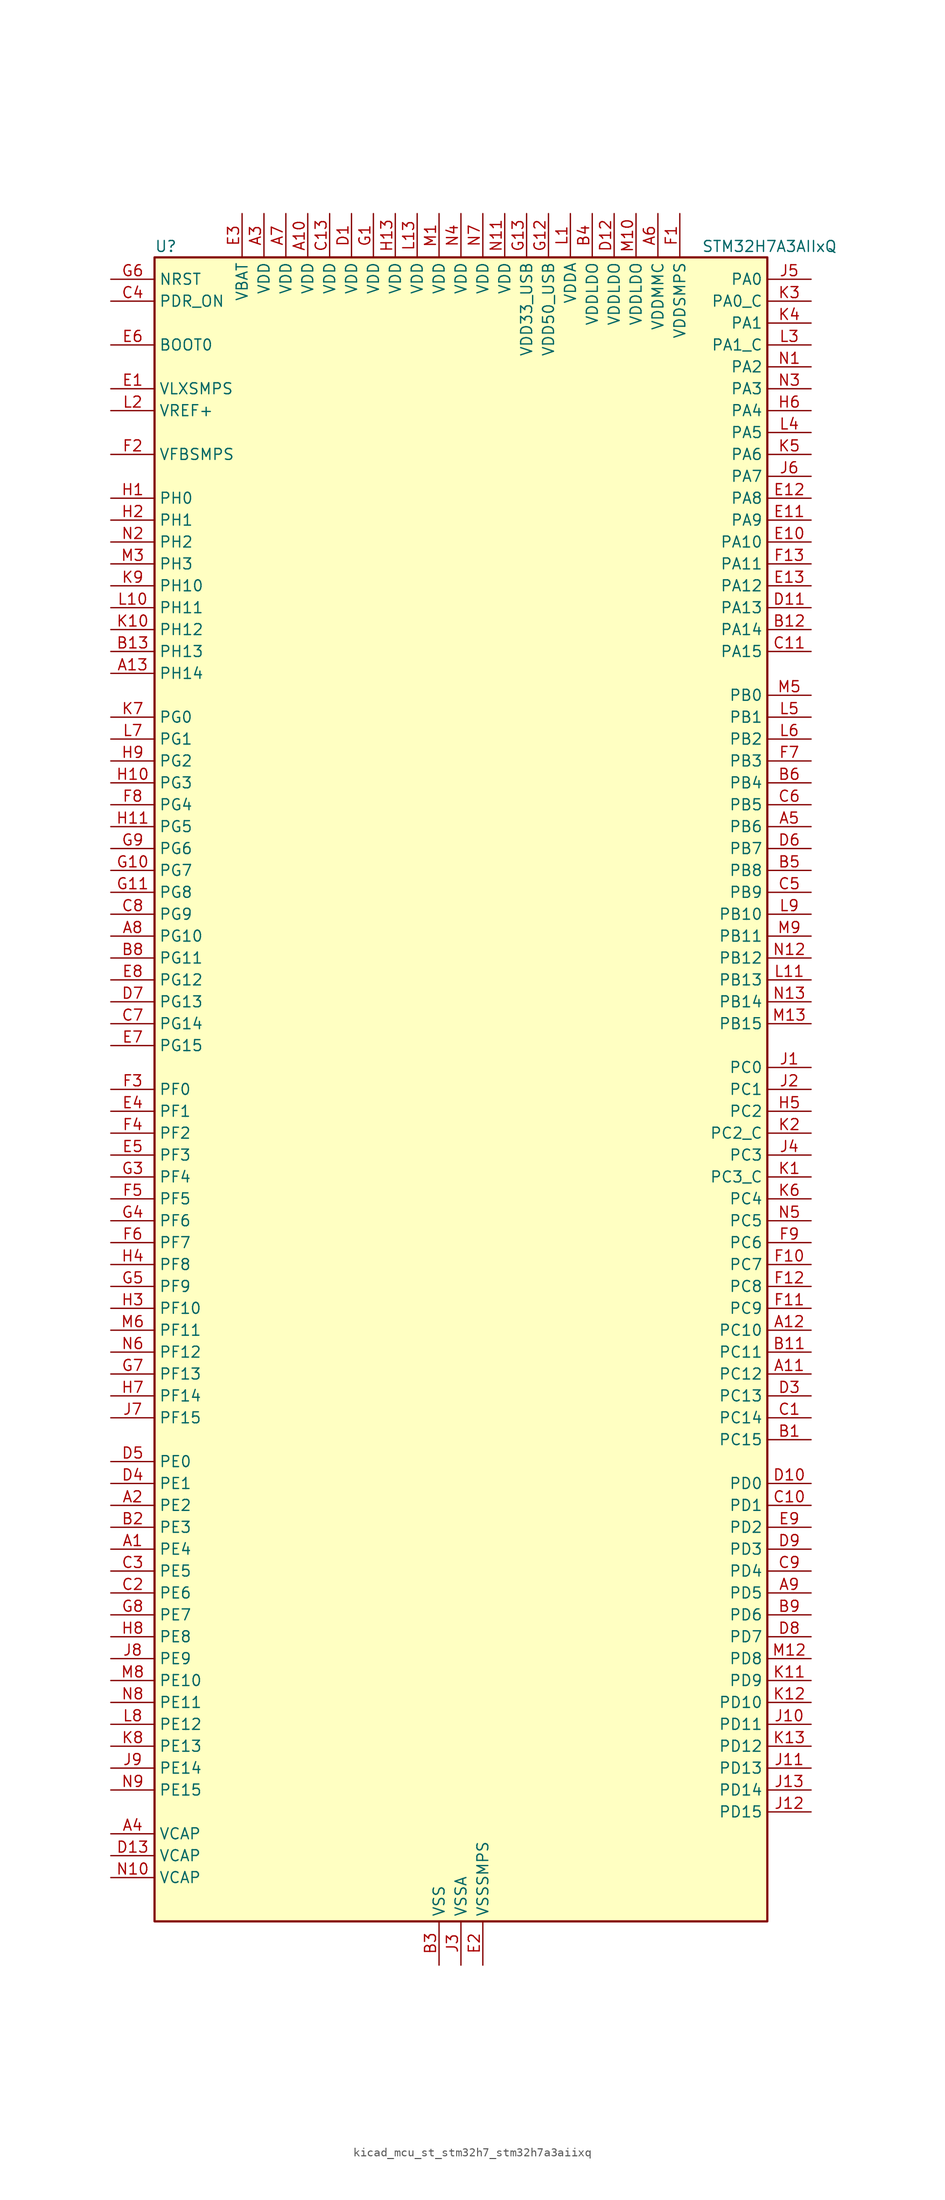
<source format=kicad_sym>
(kicad_symbol_lib
  (version 20220914)
  (generator kicad_symbol_editor)
  (symbol "kicad_mcu_st_stm32h7_stm32h7a3aiixq"
    (property "Reference" "U"
      (at -35.56 97.79 0)
      (effects (font (size 1.27 1.27)) (justify left)))
    (property "Value" "STM32H7A3AIIxQ"
      (at 27.94 97.79 0)
      (effects (font (size 1.27 1.27)) (justify left)))
    (property "ki_locked" ""
      (at 0 0 0)
      (effects (font (size 1.27 1.27))))
    (symbol "kicad_mcu_st_stm32h7_stm32h7a3aiixq_0_1"
      (rectangle (start -35.56 -96.52) (end 35.56 96.52) (stroke (width 0.254) (type default)) (fill (type background))))
    (symbol "kicad_mcu_st_stm32h7_stm32h7a3aiixq_1_1"
      (pin bidirectional line (at -40.64 -53.34 0) (length 5.08) (name "PE4" (effects (font (size 1.27 1.27)))) (number "A1" (effects (font (size 1.27 1.27)))) (alternate "DCMI_D4" bidirectional line) (alternate "DEBUG_TRACED1" bidirectional line) (alternate "DFSDM1_DATIN3" bidirectional line) (alternate "FMC_A20" bidirectional line) (alternate "LTDC_B0" bidirectional line) (alternate "PSSI_D4" bidirectional line) (alternate "SAI1_D2" bidirectional line) (alternate "SAI1_FS_A" bidirectional line) (alternate "SPI4_NSS" bidirectional line) (alternate "TIM15_CH1N" bidirectional line))
      (pin power_in line (at -17.78 101.6 270) (length 5.08) (name "VDD" (effects (font (size 1.27 1.27)))) (number "A10" (effects (font (size 1.27 1.27)))))
      (pin bidirectional line (at 40.64 -33.02 180) (length 5.08) (name "PC12" (effects (font (size 1.27 1.27)))) (number "A11" (effects (font (size 1.27 1.27)))) (alternate "DCMI_D9" bidirectional line) (alternate "DEBUG_TRACED3" bidirectional line) (alternate "DFSDM2_CKOUT" bidirectional line) (alternate "I2S3_SDO" bidirectional line) (alternate "I2S6_CK" bidirectional line) (alternate "LTDC_R6" bidirectional line) (alternate "PSSI_D9" bidirectional line) (alternate "SDMMC1_CK" bidirectional line) (alternate "SPI3_MOSI" bidirectional line) (alternate "SPI6_SCK" bidirectional line) (alternate "TIM15_CH1" bidirectional line) (alternate "UART5_TX" bidirectional line) (alternate "USART3_CK" bidirectional line))
      (pin bidirectional line (at 40.64 -27.94 180) (length 5.08) (name "PC10" (effects (font (size 1.27 1.27)))) (number "A12" (effects (font (size 1.27 1.27)))) (alternate "DCMI_D8" bidirectional line) (alternate "DFSDM1_CKIN5" bidirectional line) (alternate "DFSDM2_CKIN0" bidirectional line) (alternate "I2S3_CK" bidirectional line) (alternate "LTDC_B1" bidirectional line) (alternate "LTDC_R2" bidirectional line) (alternate "OCTOSPIM_P1_IO1" bidirectional line) (alternate "PSSI_D8" bidirectional line) (alternate "SDMMC1_D2" bidirectional line) (alternate "SPI3_SCK" bidirectional line) (alternate "SWPMI1_RX" bidirectional line) (alternate "UART4_TX" bidirectional line) (alternate "USART3_TX" bidirectional line))
      (pin bidirectional line (at -40.64 48.26 0) (length 5.08) (name "PH14" (effects (font (size 1.27 1.27)))) (number "A13" (effects (font (size 1.27 1.27)))) (alternate "DCMI_D4" bidirectional line) (alternate "FDCAN1_RX" bidirectional line) (alternate "FMC_D22" bidirectional line) (alternate "LTDC_G3" bidirectional line) (alternate "PSSI_D4" bidirectional line) (alternate "TIM8_CH2N" bidirectional line) (alternate "UART4_RX" bidirectional line))
      (pin bidirectional line (at -40.64 -48.26 0) (length 5.08) (name "PE2" (effects (font (size 1.27 1.27)))) (number "A2" (effects (font (size 1.27 1.27)))) (alternate "DEBUG_TRACECLK" bidirectional line) (alternate "FMC_A23" bidirectional line) (alternate "OCTOSPIM_P1_IO2" bidirectional line) (alternate "SAI1_CK1" bidirectional line) (alternate "SAI1_MCLK_A" bidirectional line) (alternate "SPI4_SCK" bidirectional line) (alternate "USART10_RX" bidirectional line))
      (pin power_in line (at -22.86 101.6 270) (length 5.08) (name "VDD" (effects (font (size 1.27 1.27)))) (number "A3" (effects (font (size 1.27 1.27)))))
      (pin power_out line (at -40.64 -86.36 0) (length 5.08) (name "VCAP" (effects (font (size 1.27 1.27)))) (number "A4" (effects (font (size 1.27 1.27)))))
      (pin bidirectional line (at 40.64 30.48 180) (length 5.08) (name "PB6" (effects (font (size 1.27 1.27)))) (number "A5" (effects (font (size 1.27 1.27)))) (alternate "CEC" bidirectional line) (alternate "DCMI_D5" bidirectional line) (alternate "DFSDM1_DATIN5" bidirectional line) (alternate "FDCAN2_TX" bidirectional line) (alternate "FMC_SDNE1" bidirectional line) (alternate "I2C1_SCL" bidirectional line) (alternate "I2C4_SCL" bidirectional line) (alternate "LPUART1_TX" bidirectional line) (alternate "OCTOSPIM_P1_NCS" bidirectional line) (alternate "PSSI_D5" bidirectional line) (alternate "TIM16_CH1N" bidirectional line) (alternate "TIM4_CH1" bidirectional line) (alternate "UART5_TX" bidirectional line) (alternate "USART1_TX" bidirectional line))
      (pin power_in line (at 22.86 101.6 270) (length 5.08) (name "VDDMMC" (effects (font (size 1.27 1.27)))) (number "A6" (effects (font (size 1.27 1.27)))))
      (pin power_in line (at -20.32 101.6 270) (length 5.08) (name "VDD" (effects (font (size 1.27 1.27)))) (number "A7" (effects (font (size 1.27 1.27)))))
      (pin bidirectional line (at -40.64 17.78 0) (length 5.08) (name "PG10" (effects (font (size 1.27 1.27)))) (number "A8" (effects (font (size 1.27 1.27)))) (alternate "DCMI_D2" bidirectional line) (alternate "FMC_NE3" bidirectional line) (alternate "I2S1_WS" bidirectional line) (alternate "LTDC_B2" bidirectional line) (alternate "LTDC_G3" bidirectional line) (alternate "OCTOSPIM_P2_IO6" bidirectional line) (alternate "PSSI_D2" bidirectional line) (alternate "SAI2_SD_B" bidirectional line) (alternate "SDMMC2_D1" bidirectional line) (alternate "SPI1_NSS" bidirectional line))
      (pin bidirectional line (at 40.64 -58.42 180) (length 5.08) (name "PD5" (effects (font (size 1.27 1.27)))) (number "A9" (effects (font (size 1.27 1.27)))) (alternate "FMC_NWE" bidirectional line) (alternate "OCTOSPIM_P1_IO5" bidirectional line) (alternate "USART2_TX" bidirectional line))
      (pin bidirectional line (at 40.64 -40.64 180) (length 5.08) (name "PC15" (effects (font (size 1.27 1.27)))) (number "B1" (effects (font (size 1.27 1.27)))) (alternate "ADC1_EXTI15" bidirectional line) (alternate "ADC2_EXTI15" bidirectional line) (alternate "RCC_OSC32_OUT" bidirectional line))
      (pin passive line (at -2.54 -101.6 90) (length 5.08) hide (name "VSS" (effects (font (size 1.27 1.27)))) (number "B10" (effects (font (size 1.27 1.27)))))
      (pin bidirectional line (at 40.64 -30.48 180) (length 5.08) (name "PC11" (effects (font (size 1.27 1.27)))) (number "B11" (effects (font (size 1.27 1.27)))) (alternate "ADC1_EXTI11" bidirectional line) (alternate "ADC2_EXTI11" bidirectional line) (alternate "DCMI_D4" bidirectional line) (alternate "DFSDM1_DATIN5" bidirectional line) (alternate "DFSDM2_DATIN0" bidirectional line) (alternate "I2S3_SDI" bidirectional line) (alternate "LTDC_B4" bidirectional line) (alternate "OCTOSPIM_P1_NCS" bidirectional line) (alternate "PSSI_D4" bidirectional line) (alternate "SDMMC1_D3" bidirectional line) (alternate "SPI3_MISO" bidirectional line) (alternate "UART4_RX" bidirectional line) (alternate "USART3_RX" bidirectional line))
      (pin bidirectional line (at 40.64 53.34 180) (length 5.08) (name "PA14" (effects (font (size 1.27 1.27)))) (number "B12" (effects (font (size 1.27 1.27)))) (alternate "DEBUG_JTCK-SWCLK" bidirectional line))
      (pin bidirectional line (at -40.64 50.8 0) (length 5.08) (name "PH13" (effects (font (size 1.27 1.27)))) (number "B13" (effects (font (size 1.27 1.27)))) (alternate "FDCAN1_TX" bidirectional line) (alternate "FMC_D21" bidirectional line) (alternate "LTDC_G2" bidirectional line) (alternate "TIM8_CH1N" bidirectional line) (alternate "UART4_TX" bidirectional line))
      (pin bidirectional line (at -40.64 -50.8 0) (length 5.08) (name "PE3" (effects (font (size 1.27 1.27)))) (number "B2" (effects (font (size 1.27 1.27)))) (alternate "DEBUG_TRACED0" bidirectional line) (alternate "FMC_A19" bidirectional line) (alternate "SAI1_SD_B" bidirectional line) (alternate "TIM15_BKIN" bidirectional line) (alternate "USART10_TX" bidirectional line))
      (pin power_in line (at -2.54 -101.6 90) (length 5.08) (name "VSS" (effects (font (size 1.27 1.27)))) (number "B3" (effects (font (size 1.27 1.27)))))
      (pin power_in line (at 15.24 101.6 270) (length 5.08) (name "VDDLDO" (effects (font (size 1.27 1.27)))) (number "B4" (effects (font (size 1.27 1.27)))))
      (pin bidirectional line (at 40.64 25.4 180) (length 5.08) (name "PB8" (effects (font (size 1.27 1.27)))) (number "B5" (effects (font (size 1.27 1.27)))) (alternate "DCMI_D6" bidirectional line) (alternate "DFSDM1_CKIN7" bidirectional line) (alternate "FDCAN1_RX" bidirectional line) (alternate "I2C1_SCL" bidirectional line) (alternate "I2C4_SCL" bidirectional line) (alternate "LTDC_B6" bidirectional line) (alternate "PSSI_D6" bidirectional line) (alternate "SDMMC1_CKIN" bidirectional line) (alternate "SDMMC1_D4" bidirectional line) (alternate "SDMMC2_D4" bidirectional line) (alternate "TIM16_CH1" bidirectional line) (alternate "TIM4_CH3" bidirectional line) (alternate "UART4_RX" bidirectional line))
      (pin bidirectional line (at 40.64 35.56 180) (length 5.08) (name "PB4" (effects (font (size 1.27 1.27)))) (number "B6" (effects (font (size 1.27 1.27)))) (alternate "DEBUG_JTRST" bidirectional line) (alternate "I2S1_SDI" bidirectional line) (alternate "I2S2_WS" bidirectional line) (alternate "I2S3_SDI" bidirectional line) (alternate "I2S6_SDI" bidirectional line) (alternate "SDMMC2_D3" bidirectional line) (alternate "SPI1_MISO" bidirectional line) (alternate "SPI2_NSS" bidirectional line) (alternate "SPI3_MISO" bidirectional line) (alternate "SPI6_MISO" bidirectional line) (alternate "TIM16_BKIN" bidirectional line) (alternate "TIM3_CH1" bidirectional line) (alternate "UART7_TX" bidirectional line))
      (pin passive line (at -2.54 -101.6 90) (length 5.08) hide (name "VSS" (effects (font (size 1.27 1.27)))) (number "B7" (effects (font (size 1.27 1.27)))))
      (pin bidirectional line (at -40.64 15.24 0) (length 5.08) (name "PG11" (effects (font (size 1.27 1.27)))) (number "B8" (effects (font (size 1.27 1.27)))) (alternate "ADC1_EXTI11" bidirectional line) (alternate "ADC2_EXTI11" bidirectional line) (alternate "DCMI_D3" bidirectional line) (alternate "I2S1_CK" bidirectional line) (alternate "LPTIM1_IN2" bidirectional line) (alternate "LTDC_B3" bidirectional line) (alternate "OCTOSPIM_P2_IO7" bidirectional line) (alternate "PSSI_D3" bidirectional line) (alternate "SDMMC2_D2" bidirectional line) (alternate "SPDIFRX_IN0" bidirectional line) (alternate "SPI1_SCK" bidirectional line) (alternate "USART10_RX" bidirectional line))
      (pin bidirectional line (at 40.64 -60.96 180) (length 5.08) (name "PD6" (effects (font (size 1.27 1.27)))) (number "B9" (effects (font (size 1.27 1.27)))) (alternate "DCMI_D10" bidirectional line) (alternate "DFSDM1_CKIN4" bidirectional line) (alternate "DFSDM1_DATIN1" bidirectional line) (alternate "FMC_NWAIT" bidirectional line) (alternate "I2S3_SDO" bidirectional line) (alternate "LTDC_B2" bidirectional line) (alternate "OCTOSPIM_P1_IO6" bidirectional line) (alternate "PSSI_D10" bidirectional line) (alternate "SAI1_D1" bidirectional line) (alternate "SAI1_SD_A" bidirectional line) (alternate "SDMMC2_CK" bidirectional line) (alternate "SPI3_MOSI" bidirectional line) (alternate "USART2_RX" bidirectional line))
      (pin bidirectional line (at 40.64 -38.1 180) (length 5.08) (name "PC14" (effects (font (size 1.27 1.27)))) (number "C1" (effects (font (size 1.27 1.27)))) (alternate "RCC_OSC32_IN" bidirectional line))
      (pin bidirectional line (at 40.64 -48.26 180) (length 5.08) (name "PD1" (effects (font (size 1.27 1.27)))) (number "C10" (effects (font (size 1.27 1.27)))) (alternate "DFSDM1_DATIN6" bidirectional line) (alternate "FDCAN1_TX" bidirectional line) (alternate "FMC_D3" bidirectional line) (alternate "FMC_DA3" bidirectional line) (alternate "UART4_TX" bidirectional line))
      (pin bidirectional line (at 40.64 50.8 180) (length 5.08) (name "PA15" (effects (font (size 1.27 1.27)))) (number "C11" (effects (font (size 1.27 1.27)))) (alternate "ADC1_EXTI15" bidirectional line) (alternate "ADC2_EXTI15" bidirectional line) (alternate "CEC" bidirectional line) (alternate "DEBUG_JTDI" bidirectional line) (alternate "I2S1_WS" bidirectional line) (alternate "I2S3_WS" bidirectional line) (alternate "I2S6_WS" bidirectional line) (alternate "LTDC_B6" bidirectional line) (alternate "LTDC_R3" bidirectional line) (alternate "SPI1_NSS" bidirectional line) (alternate "SPI3_NSS" bidirectional line) (alternate "SPI6_NSS" bidirectional line) (alternate "TIM2_CH1" bidirectional line) (alternate "TIM2_ETR" bidirectional line) (alternate "UART4_DE" bidirectional line) (alternate "UART4_RTS" bidirectional line) (alternate "UART7_TX" bidirectional line))
      (pin passive line (at -2.54 -101.6 90) (length 5.08) hide (name "VSS" (effects (font (size 1.27 1.27)))) (number "C12" (effects (font (size 1.27 1.27)))))
      (pin power_in line (at -15.24 101.6 270) (length 5.08) (name "VDD" (effects (font (size 1.27 1.27)))) (number "C13" (effects (font (size 1.27 1.27)))))
      (pin bidirectional line (at -40.64 -58.42 0) (length 5.08) (name "PE6" (effects (font (size 1.27 1.27)))) (number "C2" (effects (font (size 1.27 1.27)))) (alternate "DCMI_D7" bidirectional line) (alternate "DEBUG_TRACED3" bidirectional line) (alternate "FMC_A22" bidirectional line) (alternate "LTDC_G1" bidirectional line) (alternate "PSSI_D7" bidirectional line) (alternate "SAI1_D1" bidirectional line) (alternate "SAI1_SD_A" bidirectional line) (alternate "SAI2_MCLK_B" bidirectional line) (alternate "SPI4_MOSI" bidirectional line) (alternate "TIM15_CH2" bidirectional line) (alternate "TIM1_BKIN2" bidirectional line) (alternate "TIM1_BKIN2_COMP1" bidirectional line) (alternate "TIM1_BKIN2_COMP2" bidirectional line))
      (pin bidirectional line (at -40.64 -55.88 0) (length 5.08) (name "PE5" (effects (font (size 1.27 1.27)))) (number "C3" (effects (font (size 1.27 1.27)))) (alternate "DCMI_D6" bidirectional line) (alternate "DEBUG_TRACED2" bidirectional line) (alternate "DFSDM1_CKIN3" bidirectional line) (alternate "FMC_A21" bidirectional line) (alternate "LTDC_G0" bidirectional line) (alternate "PSSI_D6" bidirectional line) (alternate "SAI1_CK2" bidirectional line) (alternate "SAI1_SCK_A" bidirectional line) (alternate "SPI4_MISO" bidirectional line) (alternate "TIM15_CH1" bidirectional line))
      (pin input line (at -40.64 91.44 0) (length 5.08) (name "PDR_ON" (effects (font (size 1.27 1.27)))) (number "C4" (effects (font (size 1.27 1.27)))))
      (pin bidirectional line (at 40.64 22.86 180) (length 5.08) (name "PB9" (effects (font (size 1.27 1.27)))) (number "C5" (effects (font (size 1.27 1.27)))) (alternate "DAC1_EXTI9" bidirectional line) (alternate "DCMI_D7" bidirectional line) (alternate "DFSDM1_DATIN7" bidirectional line) (alternate "FDCAN1_TX" bidirectional line) (alternate "I2C1_SDA" bidirectional line) (alternate "I2C4_SDA" bidirectional line) (alternate "I2C4_SMBA" bidirectional line) (alternate "I2S2_WS" bidirectional line) (alternate "LTDC_B7" bidirectional line) (alternate "PSSI_D7" bidirectional line) (alternate "SDMMC1_CDIR" bidirectional line) (alternate "SDMMC1_D5" bidirectional line) (alternate "SDMMC2_D5" bidirectional line) (alternate "SPI2_NSS" bidirectional line) (alternate "TIM17_CH1" bidirectional line) (alternate "TIM4_CH4" bidirectional line) (alternate "UART4_TX" bidirectional line))
      (pin bidirectional line (at 40.64 33.02 180) (length 5.08) (name "PB5" (effects (font (size 1.27 1.27)))) (number "C6" (effects (font (size 1.27 1.27)))) (alternate "DCMI_D10" bidirectional line) (alternate "FDCAN2_RX" bidirectional line) (alternate "FMC_SDCKE1" bidirectional line) (alternate "I2C1_SMBA" bidirectional line) (alternate "I2C4_SMBA" bidirectional line) (alternate "I2S1_SDO" bidirectional line) (alternate "I2S3_SDO" bidirectional line) (alternate "I2S6_SDO" bidirectional line) (alternate "LTDC_B5" bidirectional line) (alternate "PSSI_D10" bidirectional line) (alternate "SPI1_MOSI" bidirectional line) (alternate "SPI3_MOSI" bidirectional line) (alternate "SPI6_MOSI" bidirectional line) (alternate "TIM17_BKIN" bidirectional line) (alternate "TIM3_CH2" bidirectional line) (alternate "UART5_RX" bidirectional line) (alternate "USB_OTG_HS_ULPI_D7" bidirectional line))
      (pin bidirectional line (at -40.64 7.62 0) (length 5.08) (name "PG14" (effects (font (size 1.27 1.27)))) (number "C7" (effects (font (size 1.27 1.27)))) (alternate "DEBUG_TRACED1" bidirectional line) (alternate "FMC_A25" bidirectional line) (alternate "I2S6_SDO" bidirectional line) (alternate "LPTIM1_ETR" bidirectional line) (alternate "LTDC_B0" bidirectional line) (alternate "OCTOSPIM_P1_IO7" bidirectional line) (alternate "SDMMC2_D7" bidirectional line) (alternate "SPI6_MOSI" bidirectional line) (alternate "USART10_DE" bidirectional line) (alternate "USART10_RTS" bidirectional line) (alternate "USART6_TX" bidirectional line))
      (pin bidirectional line (at -40.64 20.32 0) (length 5.08) (name "PG9" (effects (font (size 1.27 1.27)))) (number "C8" (effects (font (size 1.27 1.27)))) (alternate "DAC1_EXTI9" bidirectional line) (alternate "DCMI_VSYNC" bidirectional line) (alternate "FMC_NCE" bidirectional line) (alternate "FMC_NE2" bidirectional line) (alternate "I2S1_SDI" bidirectional line) (alternate "OCTOSPIM_P1_IO6" bidirectional line) (alternate "PSSI_RDY" bidirectional line) (alternate "SAI2_FS_B" bidirectional line) (alternate "SDMMC2_D0" bidirectional line) (alternate "SPDIFRX_IN3" bidirectional line) (alternate "SPI1_MISO" bidirectional line) (alternate "USART6_RX" bidirectional line))
      (pin bidirectional line (at 40.64 -55.88 180) (length 5.08) (name "PD4" (effects (font (size 1.27 1.27)))) (number "C9" (effects (font (size 1.27 1.27)))) (alternate "FMC_NOE" bidirectional line) (alternate "OCTOSPIM_P1_IO4" bidirectional line) (alternate "USART2_DE" bidirectional line) (alternate "USART2_RTS" bidirectional line))
      (pin power_in line (at -12.7 101.6 270) (length 5.08) (name "VDD" (effects (font (size 1.27 1.27)))) (number "D1" (effects (font (size 1.27 1.27)))))
      (pin bidirectional line (at 40.64 -45.72 180) (length 5.08) (name "PD0" (effects (font (size 1.27 1.27)))) (number "D10" (effects (font (size 1.27 1.27)))) (alternate "DFSDM1_CKIN6" bidirectional line) (alternate "FDCAN1_RX" bidirectional line) (alternate "FMC_D2" bidirectional line) (alternate "FMC_DA2" bidirectional line) (alternate "LTDC_B1" bidirectional line) (alternate "UART4_RX" bidirectional line) (alternate "UART9_CTS" bidirectional line))
      (pin bidirectional line (at 40.64 55.88 180) (length 5.08) (name "PA13" (effects (font (size 1.27 1.27)))) (number "D11" (effects (font (size 1.27 1.27)))) (alternate "DEBUG_JTMS-SWDIO" bidirectional line))
      (pin power_in line (at 17.78 101.6 270) (length 5.08) (name "VDDLDO" (effects (font (size 1.27 1.27)))) (number "D12" (effects (font (size 1.27 1.27)))))
      (pin power_out line (at -40.64 -88.9 0) (length 5.08) (name "VCAP" (effects (font (size 1.27 1.27)))) (number "D13" (effects (font (size 1.27 1.27)))))
      (pin passive line (at -2.54 -101.6 90) (length 5.08) hide (name "VSS" (effects (font (size 1.27 1.27)))) (number "D2" (effects (font (size 1.27 1.27)))))
      (pin bidirectional line (at 40.64 -35.56 180) (length 5.08) (name "PC13" (effects (font (size 1.27 1.27)))) (number "D3" (effects (font (size 1.27 1.27)))) (alternate "PWR_WKUP4" bidirectional line) (alternate "RTC_OUT_ALARM" bidirectional line) (alternate "RTC_OUT_CALIB" bidirectional line) (alternate "RTC_TAMP1" bidirectional line) (alternate "RTC_TS" bidirectional line))
      (pin bidirectional line (at -40.64 -45.72 0) (length 5.08) (name "PE1" (effects (font (size 1.27 1.27)))) (number "D4" (effects (font (size 1.27 1.27)))) (alternate "DCMI_D3" bidirectional line) (alternate "FMC_NBL1" bidirectional line) (alternate "LPTIM1_IN2" bidirectional line) (alternate "LTDC_R6" bidirectional line) (alternate "PSSI_D3" bidirectional line) (alternate "UART8_TX" bidirectional line))
      (pin bidirectional line (at -40.64 -43.18 0) (length 5.08) (name "PE0" (effects (font (size 1.27 1.27)))) (number "D5" (effects (font (size 1.27 1.27)))) (alternate "DCMI_D2" bidirectional line) (alternate "FMC_NBL0" bidirectional line) (alternate "LPTIM1_ETR" bidirectional line) (alternate "LPTIM2_ETR" bidirectional line) (alternate "LTDC_R0" bidirectional line) (alternate "PSSI_D2" bidirectional line) (alternate "SAI2_MCLK_A" bidirectional line) (alternate "TIM4_ETR" bidirectional line) (alternate "UART8_RX" bidirectional line))
      (pin bidirectional line (at 40.64 27.94 180) (length 5.08) (name "PB7" (effects (font (size 1.27 1.27)))) (number "D6" (effects (font (size 1.27 1.27)))) (alternate "DCMI_VSYNC" bidirectional line) (alternate "DFSDM1_CKIN5" bidirectional line) (alternate "FMC_NL" bidirectional line) (alternate "I2C1_SDA" bidirectional line) (alternate "I2C4_SDA" bidirectional line) (alternate "LPUART1_RX" bidirectional line) (alternate "PSSI_RDY" bidirectional line) (alternate "PWR_PVD_IN" bidirectional line) (alternate "TIM17_CH1N" bidirectional line) (alternate "TIM4_CH2" bidirectional line) (alternate "USART1_RX" bidirectional line))
      (pin bidirectional line (at -40.64 10.16 0) (length 5.08) (name "PG13" (effects (font (size 1.27 1.27)))) (number "D7" (effects (font (size 1.27 1.27)))) (alternate "DEBUG_TRACED0" bidirectional line) (alternate "FMC_A24" bidirectional line) (alternate "I2S6_CK" bidirectional line) (alternate "LPTIM1_OUT" bidirectional line) (alternate "LTDC_R0" bidirectional line) (alternate "SDMMC2_D6" bidirectional line) (alternate "SPI6_SCK" bidirectional line) (alternate "USART10_CTS" bidirectional line) (alternate "USART10_NSS" bidirectional line) (alternate "USART6_CTS" bidirectional line) (alternate "USART6_NSS" bidirectional line))
      (pin bidirectional line (at 40.64 -63.5 180) (length 5.08) (name "PD7" (effects (font (size 1.27 1.27)))) (number "D8" (effects (font (size 1.27 1.27)))) (alternate "DFSDM1_CKIN1" bidirectional line) (alternate "DFSDM1_DATIN4" bidirectional line) (alternate "FMC_NE1" bidirectional line) (alternate "I2S1_SDO" bidirectional line) (alternate "OCTOSPIM_P1_IO7" bidirectional line) (alternate "SDMMC2_CMD" bidirectional line) (alternate "SPDIFRX_IN0" bidirectional line) (alternate "SPI1_MOSI" bidirectional line) (alternate "USART2_CK" bidirectional line))
      (pin bidirectional line (at 40.64 -53.34 180) (length 5.08) (name "PD3" (effects (font (size 1.27 1.27)))) (number "D9" (effects (font (size 1.27 1.27)))) (alternate "DCMI_D5" bidirectional line) (alternate "DFSDM1_CKOUT" bidirectional line) (alternate "FMC_CLK" bidirectional line) (alternate "I2S2_CK" bidirectional line) (alternate "LTDC_G7" bidirectional line) (alternate "PSSI_D5" bidirectional line) (alternate "SPI2_SCK" bidirectional line) (alternate "USART2_CTS" bidirectional line) (alternate "USART2_NSS" bidirectional line))
      (pin power_in line (at -40.64 81.28 0) (length 5.08) (name "VLXSMPS" (effects (font (size 1.27 1.27)))) (number "E1" (effects (font (size 1.27 1.27)))))
      (pin bidirectional line (at 40.64 63.5 180) (length 5.08) (name "PA10" (effects (font (size 1.27 1.27)))) (number "E10" (effects (font (size 1.27 1.27)))) (alternate "DCMI_D1" bidirectional line) (alternate "LPUART1_RX" bidirectional line) (alternate "LTDC_B1" bidirectional line) (alternate "LTDC_B4" bidirectional line) (alternate "MDIOS_MDIO" bidirectional line) (alternate "PSSI_D1" bidirectional line) (alternate "TIM1_CH3" bidirectional line) (alternate "USART1_RX" bidirectional line) (alternate "USB_OTG_HS_ID" bidirectional line))
      (pin bidirectional line (at 40.64 66.04 180) (length 5.08) (name "PA9" (effects (font (size 1.27 1.27)))) (number "E11" (effects (font (size 1.27 1.27)))) (alternate "DAC1_EXTI9" bidirectional line) (alternate "DCMI_D0" bidirectional line) (alternate "I2C3_SMBA" bidirectional line) (alternate "I2S2_CK" bidirectional line) (alternate "LPUART1_TX" bidirectional line) (alternate "LTDC_R5" bidirectional line) (alternate "PSSI_D0" bidirectional line) (alternate "SPI2_SCK" bidirectional line) (alternate "TIM1_CH2" bidirectional line) (alternate "USART1_TX" bidirectional line) (alternate "USB_OTG_HS_VBUS" bidirectional line))
      (pin bidirectional line (at 40.64 68.58 180) (length 5.08) (name "PA8" (effects (font (size 1.27 1.27)))) (number "E12" (effects (font (size 1.27 1.27)))) (alternate "I2C3_SCL" bidirectional line) (alternate "LTDC_B3" bidirectional line) (alternate "LTDC_R6" bidirectional line) (alternate "RCC_MCO_1" bidirectional line) (alternate "TIM1_CH1" bidirectional line) (alternate "TIM8_BKIN2" bidirectional line) (alternate "TIM8_BKIN2_COMP1" bidirectional line) (alternate "TIM8_BKIN2_COMP2" bidirectional line) (alternate "UART7_RX" bidirectional line) (alternate "USART1_CK" bidirectional line) (alternate "USB_OTG_HS_SOF" bidirectional line))
      (pin bidirectional line (at 40.64 58.42 180) (length 5.08) (name "PA12" (effects (font (size 1.27 1.27)))) (number "E13" (effects (font (size 1.27 1.27)))) (alternate "FDCAN1_TX" bidirectional line) (alternate "I2S2_CK" bidirectional line) (alternate "LPUART1_DE" bidirectional line) (alternate "LPUART1_RTS" bidirectional line) (alternate "LTDC_R5" bidirectional line) (alternate "SAI2_FS_B" bidirectional line) (alternate "SPI2_SCK" bidirectional line) (alternate "TIM1_ETR" bidirectional line) (alternate "UART4_TX" bidirectional line) (alternate "USART1_DE" bidirectional line) (alternate "USART1_RTS" bidirectional line) (alternate "USB_OTG_HS_DP" bidirectional line))
      (pin power_in line (at 2.54 -101.6 90) (length 5.08) (name "VSSSMPS" (effects (font (size 1.27 1.27)))) (number "E2" (effects (font (size 1.27 1.27)))))
      (pin power_in line (at -25.4 101.6 270) (length 5.08) (name "VBAT" (effects (font (size 1.27 1.27)))) (number "E3" (effects (font (size 1.27 1.27)))))
      (pin bidirectional line (at -40.64 -2.54 0) (length 5.08) (name "PF1" (effects (font (size 1.27 1.27)))) (number "E4" (effects (font (size 1.27 1.27)))) (alternate "FMC_A1" bidirectional line) (alternate "I2C2_SCL" bidirectional line) (alternate "OCTOSPIM_P2_IO1" bidirectional line))
      (pin bidirectional line (at -40.64 -7.62 0) (length 5.08) (name "PF3" (effects (font (size 1.27 1.27)))) (number "E5" (effects (font (size 1.27 1.27)))) (alternate "FMC_A3" bidirectional line) (alternate "OCTOSPIM_P2_IO3" bidirectional line))
      (pin input line (at -40.64 86.36 0) (length 5.08) (name "BOOT0" (effects (font (size 1.27 1.27)))) (number "E6" (effects (font (size 1.27 1.27)))))
      (pin bidirectional line (at -40.64 5.08 0) (length 5.08) (name "PG15" (effects (font (size 1.27 1.27)))) (number "E7" (effects (font (size 1.27 1.27)))) (alternate "ADC1_EXTI15" bidirectional line) (alternate "ADC2_EXTI15" bidirectional line) (alternate "DCMI_D13" bidirectional line) (alternate "FMC_SDNCAS" bidirectional line) (alternate "OCTOSPIM_P2_DQS" bidirectional line) (alternate "PSSI_D13" bidirectional line) (alternate "USART10_CK" bidirectional line) (alternate "USART6_CTS" bidirectional line) (alternate "USART6_NSS" bidirectional line))
      (pin bidirectional line (at -40.64 12.7 0) (length 5.08) (name "PG12" (effects (font (size 1.27 1.27)))) (number "E8" (effects (font (size 1.27 1.27)))) (alternate "FMC_NE4" bidirectional line) (alternate "I2S6_SDI" bidirectional line) (alternate "LPTIM1_IN1" bidirectional line) (alternate "LTDC_B1" bidirectional line) (alternate "LTDC_B4" bidirectional line) (alternate "OCTOSPIM_P2_NCS" bidirectional line) (alternate "SDMMC2_D3" bidirectional line) (alternate "SPDIFRX_IN1" bidirectional line) (alternate "SPI6_MISO" bidirectional line) (alternate "USART10_TX" bidirectional line) (alternate "USART6_DE" bidirectional line) (alternate "USART6_RTS" bidirectional line))
      (pin bidirectional line (at 40.64 -50.8 180) (length 5.08) (name "PD2" (effects (font (size 1.27 1.27)))) (number "E9" (effects (font (size 1.27 1.27)))) (alternate "DCMI_D11" bidirectional line) (alternate "DEBUG_TRACED2" bidirectional line) (alternate "LTDC_B2" bidirectional line) (alternate "LTDC_B7" bidirectional line) (alternate "PSSI_D11" bidirectional line) (alternate "SDMMC1_CMD" bidirectional line) (alternate "TIM15_BKIN" bidirectional line) (alternate "TIM3_ETR" bidirectional line) (alternate "UART5_RX" bidirectional line))
      (pin power_in line (at 25.4 101.6 270) (length 5.08) (name "VDDSMPS" (effects (font (size 1.27 1.27)))) (number "F1" (effects (font (size 1.27 1.27)))))
      (pin bidirectional line (at 40.64 -20.32 180) (length 5.08) (name "PC7" (effects (font (size 1.27 1.27)))) (number "F10" (effects (font (size 1.27 1.27)))) (alternate "DCMI_D1" bidirectional line) (alternate "DEBUG_TRGIO" bidirectional line) (alternate "DFSDM1_DATIN3" bidirectional line) (alternate "FMC_NE1" bidirectional line) (alternate "I2S3_MCK" bidirectional line) (alternate "LTDC_G6" bidirectional line) (alternate "PSSI_D1" bidirectional line) (alternate "SDMMC1_D123DIR" bidirectional line) (alternate "SDMMC1_D7" bidirectional line) (alternate "SDMMC2_D7" bidirectional line) (alternate "SWPMI1_TX" bidirectional line) (alternate "TIM3_CH2" bidirectional line) (alternate "TIM8_CH2" bidirectional line) (alternate "USART6_RX" bidirectional line))
      (pin bidirectional line (at 40.64 -25.4 180) (length 5.08) (name "PC9" (effects (font (size 1.27 1.27)))) (number "F11" (effects (font (size 1.27 1.27)))) (alternate "DAC1_EXTI9" bidirectional line) (alternate "DCMI_D3" bidirectional line) (alternate "I2C3_SDA" bidirectional line) (alternate "I2S_CKIN" bidirectional line) (alternate "LTDC_B2" bidirectional line) (alternate "LTDC_G3" bidirectional line) (alternate "OCTOSPIM_P1_IO0" bidirectional line) (alternate "PSSI_D3" bidirectional line) (alternate "RCC_MCO_2" bidirectional line) (alternate "SDMMC1_D1" bidirectional line) (alternate "SWPMI1_SUSPEND" bidirectional line) (alternate "TIM3_CH4" bidirectional line) (alternate "TIM8_CH4" bidirectional line) (alternate "UART5_CTS" bidirectional line))
      (pin bidirectional line (at 40.64 -22.86 180) (length 5.08) (name "PC8" (effects (font (size 1.27 1.27)))) (number "F12" (effects (font (size 1.27 1.27)))) (alternate "DCMI_D2" bidirectional line) (alternate "DEBUG_TRACED1" bidirectional line) (alternate "FMC_INT" bidirectional line) (alternate "FMC_NCE" bidirectional line) (alternate "FMC_NE2" bidirectional line) (alternate "PSSI_D2" bidirectional line) (alternate "SDMMC1_D0" bidirectional line) (alternate "SWPMI1_RX" bidirectional line) (alternate "TIM3_CH3" bidirectional line) (alternate "TIM8_CH3" bidirectional line) (alternate "UART5_DE" bidirectional line) (alternate "UART5_RTS" bidirectional line) (alternate "USART6_CK" bidirectional line))
      (pin bidirectional line (at 40.64 60.96 180) (length 5.08) (name "PA11" (effects (font (size 1.27 1.27)))) (number "F13" (effects (font (size 1.27 1.27)))) (alternate "ADC1_EXTI11" bidirectional line) (alternate "ADC2_EXTI11" bidirectional line) (alternate "FDCAN1_RX" bidirectional line) (alternate "I2S2_WS" bidirectional line) (alternate "LPUART1_CTS" bidirectional line) (alternate "LTDC_R4" bidirectional line) (alternate "SPI2_NSS" bidirectional line) (alternate "TIM1_CH4" bidirectional line) (alternate "UART4_RX" bidirectional line) (alternate "USART1_CTS" bidirectional line) (alternate "USART1_NSS" bidirectional line) (alternate "USB_OTG_HS_DM" bidirectional line))
      (pin input line (at -40.64 73.66 0) (length 5.08) (name "VFBSMPS" (effects (font (size 1.27 1.27)))) (number "F2" (effects (font (size 1.27 1.27)))))
      (pin bidirectional line (at -40.64 0 0) (length 5.08) (name "PF0" (effects (font (size 1.27 1.27)))) (number "F3" (effects (font (size 1.27 1.27)))) (alternate "FMC_A0" bidirectional line) (alternate "I2C2_SDA" bidirectional line) (alternate "OCTOSPIM_P2_IO0" bidirectional line))
      (pin bidirectional line (at -40.64 -5.08 0) (length 5.08) (name "PF2" (effects (font (size 1.27 1.27)))) (number "F4" (effects (font (size 1.27 1.27)))) (alternate "FMC_A2" bidirectional line) (alternate "I2C2_SMBA" bidirectional line) (alternate "OCTOSPIM_P2_IO2" bidirectional line))
      (pin bidirectional line (at -40.64 -12.7 0) (length 5.08) (name "PF5" (effects (font (size 1.27 1.27)))) (number "F5" (effects (font (size 1.27 1.27)))) (alternate "FMC_A5" bidirectional line) (alternate "OCTOSPIM_P2_NCLK" bidirectional line))
      (pin bidirectional line (at -40.64 -17.78 0) (length 5.08) (name "PF7" (effects (font (size 1.27 1.27)))) (number "F6" (effects (font (size 1.27 1.27)))) (alternate "OCTOSPIM_P1_IO2" bidirectional line) (alternate "SAI1_MCLK_B" bidirectional line) (alternate "SPI5_SCK" bidirectional line) (alternate "TIM17_CH1" bidirectional line) (alternate "UART7_TX" bidirectional line))
      (pin bidirectional line (at 40.64 38.1 180) (length 5.08) (name "PB3" (effects (font (size 1.27 1.27)))) (number "F7" (effects (font (size 1.27 1.27)))) (alternate "CRS_SYNC" bidirectional line) (alternate "DEBUG_JTDO-SWO" bidirectional line) (alternate "I2S1_CK" bidirectional line) (alternate "I2S3_CK" bidirectional line) (alternate "I2S6_CK" bidirectional line) (alternate "SDMMC2_D2" bidirectional line) (alternate "SPI1_SCK" bidirectional line) (alternate "SPI3_SCK" bidirectional line) (alternate "SPI6_SCK" bidirectional line) (alternate "TIM2_CH2" bidirectional line) (alternate "UART7_RX" bidirectional line))
      (pin bidirectional line (at -40.64 33.02 0) (length 5.08) (name "PG4" (effects (font (size 1.27 1.27)))) (number "F8" (effects (font (size 1.27 1.27)))) (alternate "FMC_A14" bidirectional line) (alternate "FMC_BA0" bidirectional line) (alternate "TIM1_BKIN2" bidirectional line) (alternate "TIM1_BKIN2_COMP1" bidirectional line) (alternate "TIM1_BKIN2_COMP2" bidirectional line))
      (pin bidirectional line (at 40.64 -17.78 180) (length 5.08) (name "PC6" (effects (font (size 1.27 1.27)))) (number "F9" (effects (font (size 1.27 1.27)))) (alternate "DCMI_D0" bidirectional line) (alternate "DFSDM1_CKIN3" bidirectional line) (alternate "FMC_NWAIT" bidirectional line) (alternate "I2S2_MCK" bidirectional line) (alternate "LTDC_HSYNC" bidirectional line) (alternate "PSSI_D0" bidirectional line) (alternate "SDMMC1_D0DIR" bidirectional line) (alternate "SDMMC1_D6" bidirectional line) (alternate "SDMMC2_D6" bidirectional line) (alternate "SWPMI1_IO" bidirectional line) (alternate "TIM3_CH1" bidirectional line) (alternate "TIM8_CH1" bidirectional line) (alternate "USART6_TX" bidirectional line))
      (pin power_in line (at -10.16 101.6 270) (length 5.08) (name "VDD" (effects (font (size 1.27 1.27)))) (number "G1" (effects (font (size 1.27 1.27)))))
      (pin bidirectional line (at -40.64 25.4 0) (length 5.08) (name "PG7" (effects (font (size 1.27 1.27)))) (number "G10" (effects (font (size 1.27 1.27)))) (alternate "DCMI_D13" bidirectional line) (alternate "FMC_INT" bidirectional line) (alternate "LTDC_CLK" bidirectional line) (alternate "OCTOSPIM_P2_DQS" bidirectional line) (alternate "PSSI_D13" bidirectional line) (alternate "SAI1_MCLK_A" bidirectional line) (alternate "USART6_CK" bidirectional line))
      (pin bidirectional line (at -40.64 22.86 0) (length 5.08) (name "PG8" (effects (font (size 1.27 1.27)))) (number "G11" (effects (font (size 1.27 1.27)))) (alternate "FMC_SDCLK" bidirectional line) (alternate "I2S6_WS" bidirectional line) (alternate "LTDC_G7" bidirectional line) (alternate "SPDIFRX_IN2" bidirectional line) (alternate "SPI6_NSS" bidirectional line) (alternate "TIM8_ETR" bidirectional line) (alternate "USART6_DE" bidirectional line) (alternate "USART6_RTS" bidirectional line))
      (pin power_in line (at 10.16 101.6 270) (length 5.08) (name "VDD50_USB" (effects (font (size 1.27 1.27)))) (number "G12" (effects (font (size 1.27 1.27)))))
      (pin power_in line (at 7.62 101.6 270) (length 5.08) (name "VDD33_USB" (effects (font (size 1.27 1.27)))) (number "G13" (effects (font (size 1.27 1.27)))))
      (pin passive line (at -2.54 -101.6 90) (length 5.08) hide (name "VSS" (effects (font (size 1.27 1.27)))) (number "G2" (effects (font (size 1.27 1.27)))))
      (pin bidirectional line (at -40.64 -10.16 0) (length 5.08) (name "PF4" (effects (font (size 1.27 1.27)))) (number "G3" (effects (font (size 1.27 1.27)))) (alternate "FMC_A4" bidirectional line) (alternate "OCTOSPIM_P2_CLK" bidirectional line))
      (pin bidirectional line (at -40.64 -15.24 0) (length 5.08) (name "PF6" (effects (font (size 1.27 1.27)))) (number "G4" (effects (font (size 1.27 1.27)))) (alternate "OCTOSPIM_P1_IO3" bidirectional line) (alternate "SAI1_SD_B" bidirectional line) (alternate "SPI5_NSS" bidirectional line) (alternate "TIM16_CH1" bidirectional line) (alternate "UART7_RX" bidirectional line))
      (pin bidirectional line (at -40.64 -22.86 0) (length 5.08) (name "PF9" (effects (font (size 1.27 1.27)))) (number "G5" (effects (font (size 1.27 1.27)))) (alternate "DAC1_EXTI9" bidirectional line) (alternate "OCTOSPIM_P1_IO1" bidirectional line) (alternate "SAI1_FS_B" bidirectional line) (alternate "SPI5_MOSI" bidirectional line) (alternate "TIM14_CH1" bidirectional line) (alternate "TIM17_CH1N" bidirectional line) (alternate "UART7_CTS" bidirectional line))
      (pin input line (at -40.64 93.98 0) (length 5.08) (name "NRST" (effects (font (size 1.27 1.27)))) (number "G6" (effects (font (size 1.27 1.27)))))
      (pin bidirectional line (at -40.64 -33.02 0) (length 5.08) (name "PF13" (effects (font (size 1.27 1.27)))) (number "G7" (effects (font (size 1.27 1.27)))) (alternate "ADC2_INP2" bidirectional line) (alternate "DFSDM1_DATIN6" bidirectional line) (alternate "FMC_A7" bidirectional line) (alternate "I2C4_SMBA" bidirectional line))
      (pin bidirectional line (at -40.64 -60.96 0) (length 5.08) (name "PE7" (effects (font (size 1.27 1.27)))) (number "G8" (effects (font (size 1.27 1.27)))) (alternate "COMP2_INM" bidirectional line) (alternate "DFSDM1_DATIN2" bidirectional line) (alternate "FMC_D4" bidirectional line) (alternate "FMC_DA4" bidirectional line) (alternate "OCTOSPIM_P1_IO4" bidirectional line) (alternate "OPAMP2_VOUT" bidirectional line) (alternate "TIM1_ETR" bidirectional line) (alternate "UART7_RX" bidirectional line))
      (pin bidirectional line (at -40.64 27.94 0) (length 5.08) (name "PG6" (effects (font (size 1.27 1.27)))) (number "G9" (effects (font (size 1.27 1.27)))) (alternate "DCMI_D12" bidirectional line) (alternate "FMC_NE3" bidirectional line) (alternate "LTDC_R7" bidirectional line) (alternate "OCTOSPIM_P1_NCS" bidirectional line) (alternate "PSSI_D12" bidirectional line) (alternate "TIM17_BKIN" bidirectional line))
      (pin bidirectional line (at -40.64 68.58 0) (length 5.08) (name "PH0" (effects (font (size 1.27 1.27)))) (number "H1" (effects (font (size 1.27 1.27)))) (alternate "RCC_OSC_IN" bidirectional line))
      (pin bidirectional line (at -40.64 35.56 0) (length 5.08) (name "PG3" (effects (font (size 1.27 1.27)))) (number "H10" (effects (font (size 1.27 1.27)))) (alternate "FMC_A13" bidirectional line) (alternate "TIM8_BKIN2" bidirectional line) (alternate "TIM8_BKIN2_COMP1" bidirectional line) (alternate "TIM8_BKIN2_COMP2" bidirectional line))
      (pin bidirectional line (at -40.64 30.48 0) (length 5.08) (name "PG5" (effects (font (size 1.27 1.27)))) (number "H11" (effects (font (size 1.27 1.27)))) (alternate "FMC_A15" bidirectional line) (alternate "FMC_BA1" bidirectional line) (alternate "TIM1_ETR" bidirectional line))
      (pin passive line (at -2.54 -101.6 90) (length 5.08) hide (name "VSS" (effects (font (size 1.27 1.27)))) (number "H12" (effects (font (size 1.27 1.27)))))
      (pin power_in line (at -7.62 101.6 270) (length 5.08) (name "VDD" (effects (font (size 1.27 1.27)))) (number "H13" (effects (font (size 1.27 1.27)))))
      (pin bidirectional line (at -40.64 66.04 0) (length 5.08) (name "PH1" (effects (font (size 1.27 1.27)))) (number "H2" (effects (font (size 1.27 1.27)))) (alternate "RCC_OSC_OUT" bidirectional line))
      (pin bidirectional line (at -40.64 -25.4 0) (length 5.08) (name "PF10" (effects (font (size 1.27 1.27)))) (number "H3" (effects (font (size 1.27 1.27)))) (alternate "DCMI_D11" bidirectional line) (alternate "LTDC_DE" bidirectional line) (alternate "OCTOSPIM_P1_CLK" bidirectional line) (alternate "PSSI_D11" bidirectional line) (alternate "PSSI_D15" bidirectional line) (alternate "SAI1_D3" bidirectional line) (alternate "TIM16_BKIN" bidirectional line))
      (pin bidirectional line (at -40.64 -20.32 0) (length 5.08) (name "PF8" (effects (font (size 1.27 1.27)))) (number "H4" (effects (font (size 1.27 1.27)))) (alternate "OCTOSPIM_P1_IO0" bidirectional line) (alternate "SAI1_SCK_B" bidirectional line) (alternate "SPI5_MISO" bidirectional line) (alternate "TIM13_CH1" bidirectional line) (alternate "TIM16_CH1N" bidirectional line) (alternate "UART7_DE" bidirectional line) (alternate "UART7_RTS" bidirectional line))
      (pin bidirectional line (at 40.64 -2.54 180) (length 5.08) (name "PC2" (effects (font (size 1.27 1.27)))) (number "H5" (effects (font (size 1.27 1.27)))) (alternate "ADC1_INN11" bidirectional line) (alternate "ADC1_INP12" bidirectional line) (alternate "ADC2_INN11" bidirectional line) (alternate "ADC2_INP12" bidirectional line) (alternate "DFSDM1_CKIN1" bidirectional line) (alternate "DFSDM1_CKOUT" bidirectional line) (alternate "FMC_SDNE0" bidirectional line) (alternate "I2S2_SDI" bidirectional line) (alternate "OCTOSPIM_P1_IO2" bidirectional line) (alternate "OCTOSPIM_P1_IO5" bidirectional line) (alternate "PWR_CSTOP" bidirectional line) (alternate "SPI2_MISO" bidirectional line) (alternate "USB_OTG_HS_ULPI_DIR" bidirectional line))
      (pin bidirectional line (at 40.64 78.74 180) (length 5.08) (name "PA4" (effects (font (size 1.27 1.27)))) (number "H6" (effects (font (size 1.27 1.27)))) (alternate "ADC1_INP18" bidirectional line) (alternate "DAC1_OUT1" bidirectional line) (alternate "DCMI_HSYNC" bidirectional line) (alternate "I2S1_WS" bidirectional line) (alternate "I2S3_WS" bidirectional line) (alternate "I2S6_WS" bidirectional line) (alternate "LTDC_VSYNC" bidirectional line) (alternate "PSSI_DE" bidirectional line) (alternate "SPI1_NSS" bidirectional line) (alternate "SPI3_NSS" bidirectional line) (alternate "SPI6_NSS" bidirectional line) (alternate "TIM5_ETR" bidirectional line) (alternate "USART2_CK" bidirectional line))
      (pin bidirectional line (at -40.64 -35.56 0) (length 5.08) (name "PF14" (effects (font (size 1.27 1.27)))) (number "H7" (effects (font (size 1.27 1.27)))) (alternate "ADC2_INN2" bidirectional line) (alternate "ADC2_INP6" bidirectional line) (alternate "DFSDM1_CKIN6" bidirectional line) (alternate "FMC_A8" bidirectional line) (alternate "I2C4_SCL" bidirectional line))
      (pin bidirectional line (at -40.64 -63.5 0) (length 5.08) (name "PE8" (effects (font (size 1.27 1.27)))) (number "H8" (effects (font (size 1.27 1.27)))) (alternate "COMP2_OUT" bidirectional line) (alternate "DFSDM1_CKIN2" bidirectional line) (alternate "FMC_D5" bidirectional line) (alternate "FMC_DA5" bidirectional line) (alternate "OCTOSPIM_P1_IO5" bidirectional line) (alternate "OPAMP2_VINM" bidirectional line) (alternate "TIM1_CH1N" bidirectional line) (alternate "UART7_TX" bidirectional line))
      (pin bidirectional line (at -40.64 38.1 0) (length 5.08) (name "PG2" (effects (font (size 1.27 1.27)))) (number "H9" (effects (font (size 1.27 1.27)))) (alternate "FMC_A12" bidirectional line) (alternate "TIM8_BKIN" bidirectional line) (alternate "TIM8_BKIN_COMP1" bidirectional line) (alternate "TIM8_BKIN_COMP2" bidirectional line))
      (pin bidirectional line (at 40.64 2.54 180) (length 5.08) (name "PC0" (effects (font (size 1.27 1.27)))) (number "J1" (effects (font (size 1.27 1.27)))) (alternate "ADC1_INP10" bidirectional line) (alternate "ADC2_INP10" bidirectional line) (alternate "DFSDM1_CKIN0" bidirectional line) (alternate "DFSDM1_DATIN4" bidirectional line) (alternate "FMC_A25" bidirectional line) (alternate "FMC_SDNWE" bidirectional line) (alternate "LTDC_G2" bidirectional line) (alternate "LTDC_R5" bidirectional line) (alternate "SAI2_FS_B" bidirectional line) (alternate "USB_OTG_HS_ULPI_STP" bidirectional line))
      (pin bidirectional line (at 40.64 -73.66 180) (length 5.08) (name "PD11" (effects (font (size 1.27 1.27)))) (number "J10" (effects (font (size 1.27 1.27)))) (alternate "ADC1_EXTI11" bidirectional line) (alternate "ADC2_EXTI11" bidirectional line) (alternate "FMC_A16" bidirectional line) (alternate "FMC_CLE" bidirectional line) (alternate "I2C4_SMBA" bidirectional line) (alternate "LPTIM2_IN2" bidirectional line) (alternate "OCTOSPIM_P1_IO0" bidirectional line) (alternate "SAI2_SD_A" bidirectional line) (alternate "USART3_CTS" bidirectional line) (alternate "USART3_NSS" bidirectional line))
      (pin bidirectional line (at 40.64 -78.74 180) (length 5.08) (name "PD13" (effects (font (size 1.27 1.27)))) (number "J11" (effects (font (size 1.27 1.27)))) (alternate "DCMI_D13" bidirectional line) (alternate "FMC_A18" bidirectional line) (alternate "I2C4_SDA" bidirectional line) (alternate "LPTIM1_OUT" bidirectional line) (alternate "OCTOSPIM_P1_IO3" bidirectional line) (alternate "PSSI_D13" bidirectional line) (alternate "SAI2_SCK_A" bidirectional line) (alternate "TIM4_CH2" bidirectional line) (alternate "UART9_DE" bidirectional line) (alternate "UART9_RTS" bidirectional line))
      (pin bidirectional line (at 40.64 -83.82 180) (length 5.08) (name "PD15" (effects (font (size 1.27 1.27)))) (number "J12" (effects (font (size 1.27 1.27)))) (alternate "ADC1_EXTI15" bidirectional line) (alternate "ADC2_EXTI15" bidirectional line) (alternate "FMC_D1" bidirectional line) (alternate "FMC_DA1" bidirectional line) (alternate "TIM4_CH4" bidirectional line) (alternate "UART8_DE" bidirectional line) (alternate "UART8_RTS" bidirectional line) (alternate "UART9_TX" bidirectional line))
      (pin bidirectional line (at 40.64 -81.28 180) (length 5.08) (name "PD14" (effects (font (size 1.27 1.27)))) (number "J13" (effects (font (size 1.27 1.27)))) (alternate "FMC_D0" bidirectional line) (alternate "FMC_DA0" bidirectional line) (alternate "TIM4_CH3" bidirectional line) (alternate "UART8_CTS" bidirectional line) (alternate "UART9_RX" bidirectional line))
      (pin bidirectional line (at 40.64 0 180) (length 5.08) (name "PC1" (effects (font (size 1.27 1.27)))) (number "J2" (effects (font (size 1.27 1.27)))) (alternate "ADC1_INN10" bidirectional line) (alternate "ADC1_INP11" bidirectional line) (alternate "ADC2_INN10" bidirectional line) (alternate "ADC2_INP11" bidirectional line) (alternate "DEBUG_TRACED0" bidirectional line) (alternate "DFSDM1_CKIN4" bidirectional line) (alternate "DFSDM1_DATIN0" bidirectional line) (alternate "I2S2_SDO" bidirectional line) (alternate "LTDC_G5" bidirectional line) (alternate "MDIOS_MDC" bidirectional line) (alternate "OCTOSPIM_P1_IO4" bidirectional line) (alternate "PWR_WKUP6" bidirectional line) (alternate "RTC_TAMP3" bidirectional line) (alternate "SAI1_D1" bidirectional line) (alternate "SAI1_SD_A" bidirectional line) (alternate "SDMMC2_CK" bidirectional line) (alternate "SPI2_MOSI" bidirectional line))
      (pin power_in line (at 0 -101.6 90) (length 5.08) (name "VSSA" (effects (font (size 1.27 1.27)))) (number "J3" (effects (font (size 1.27 1.27)))))
      (pin bidirectional line (at 40.64 -7.62 180) (length 5.08) (name "PC3" (effects (font (size 1.27 1.27)))) (number "J4" (effects (font (size 1.27 1.27)))) (alternate "ADC1_INN12" bidirectional line) (alternate "ADC1_INP13" bidirectional line) (alternate "ADC2_INN12" bidirectional line) (alternate "ADC2_INP13" bidirectional line) (alternate "DFSDM1_DATIN1" bidirectional line) (alternate "FMC_SDCKE0" bidirectional line) (alternate "I2S2_SDO" bidirectional line) (alternate "OCTOSPIM_P1_IO0" bidirectional line) (alternate "OCTOSPIM_P1_IO6" bidirectional line) (alternate "PWR_CSLEEP" bidirectional line) (alternate "SPI2_MOSI" bidirectional line) (alternate "USB_OTG_HS_ULPI_NXT" bidirectional line))
      (pin bidirectional line (at 40.64 93.98 180) (length 5.08) (name "PA0" (effects (font (size 1.27 1.27)))) (number "J5" (effects (font (size 1.27 1.27)))) (alternate "ADC1_INP16" bidirectional line) (alternate "I2S6_WS" bidirectional line) (alternate "PWR_WKUP1" bidirectional line) (alternate "SAI2_SD_B" bidirectional line) (alternate "SDMMC2_CMD" bidirectional line) (alternate "SPI6_NSS" bidirectional line) (alternate "TIM15_BKIN" bidirectional line) (alternate "TIM2_CH1" bidirectional line) (alternate "TIM2_ETR" bidirectional line) (alternate "TIM5_CH1" bidirectional line) (alternate "TIM8_ETR" bidirectional line) (alternate "UART4_TX" bidirectional line) (alternate "USART2_CTS" bidirectional line) (alternate "USART2_NSS" bidirectional line))
      (pin bidirectional line (at 40.64 71.12 180) (length 5.08) (name "PA7" (effects (font (size 1.27 1.27)))) (number "J6" (effects (font (size 1.27 1.27)))) (alternate "ADC1_INN3" bidirectional line) (alternate "ADC1_INP7" bidirectional line) (alternate "ADC2_INN3" bidirectional line) (alternate "ADC2_INP7" bidirectional line) (alternate "DFSDM2_DATIN1" bidirectional line) (alternate "FMC_SDNWE" bidirectional line) (alternate "I2S1_SDO" bidirectional line) (alternate "I2S6_SDO" bidirectional line) (alternate "LTDC_VSYNC" bidirectional line) (alternate "OCTOSPIM_P1_IO2" bidirectional line) (alternate "OPAMP1_VINM" bidirectional line) (alternate "SPI1_MOSI" bidirectional line) (alternate "SPI6_MOSI" bidirectional line) (alternate "TIM14_CH1" bidirectional line) (alternate "TIM1_CH1N" bidirectional line) (alternate "TIM3_CH2" bidirectional line) (alternate "TIM8_CH1N" bidirectional line))
      (pin bidirectional line (at -40.64 -38.1 0) (length 5.08) (name "PF15" (effects (font (size 1.27 1.27)))) (number "J7" (effects (font (size 1.27 1.27)))) (alternate "ADC1_EXTI15" bidirectional line) (alternate "ADC2_EXTI15" bidirectional line) (alternate "FMC_A9" bidirectional line) (alternate "I2C4_SDA" bidirectional line))
      (pin bidirectional line (at -40.64 -66.04 0) (length 5.08) (name "PE9" (effects (font (size 1.27 1.27)))) (number "J8" (effects (font (size 1.27 1.27)))) (alternate "COMP2_INP" bidirectional line) (alternate "DAC1_EXTI9" bidirectional line) (alternate "DFSDM1_CKOUT" bidirectional line) (alternate "FMC_D6" bidirectional line) (alternate "FMC_DA6" bidirectional line) (alternate "OCTOSPIM_P1_IO6" bidirectional line) (alternate "OPAMP2_VINP" bidirectional line) (alternate "TIM1_CH1" bidirectional line) (alternate "UART7_DE" bidirectional line) (alternate "UART7_RTS" bidirectional line))
      (pin bidirectional line (at -40.64 -78.74 0) (length 5.08) (name "PE14" (effects (font (size 1.27 1.27)))) (number "J9" (effects (font (size 1.27 1.27)))) (alternate "FMC_D11" bidirectional line) (alternate "FMC_DA11" bidirectional line) (alternate "LTDC_CLK" bidirectional line) (alternate "SAI2_MCLK_B" bidirectional line) (alternate "SPI4_MOSI" bidirectional line) (alternate "TIM1_CH4" bidirectional line))
      (pin bidirectional line (at 40.64 -10.16 180) (length 5.08) (name "PC3_C" (effects (font (size 1.27 1.27)))) (number "K1" (effects (font (size 1.27 1.27)))) (alternate "ADC2_INP1" bidirectional line) (alternate "DFSDM1_DATIN1" bidirectional line) (alternate "FMC_SDCKE0" bidirectional line) (alternate "I2S2_SDO" bidirectional line) (alternate "OCTOSPIM_P1_IO0" bidirectional line) (alternate "OCTOSPIM_P1_IO6" bidirectional line) (alternate "PWR_CSLEEP" bidirectional line) (alternate "SPI2_MOSI" bidirectional line) (alternate "USB_OTG_HS_ULPI_NXT" bidirectional line))
      (pin bidirectional line (at -40.64 53.34 0) (length 5.08) (name "PH12" (effects (font (size 1.27 1.27)))) (number "K10" (effects (font (size 1.27 1.27)))) (alternate "DCMI_D3" bidirectional line) (alternate "FMC_D20" bidirectional line) (alternate "I2C4_SDA" bidirectional line) (alternate "LTDC_R6" bidirectional line) (alternate "PSSI_D3" bidirectional line) (alternate "TIM5_CH3" bidirectional line))
      (pin bidirectional line (at 40.64 -68.58 180) (length 5.08) (name "PD9" (effects (font (size 1.27 1.27)))) (number "K11" (effects (font (size 1.27 1.27)))) (alternate "DAC1_EXTI9" bidirectional line) (alternate "DFSDM1_DATIN3" bidirectional line) (alternate "FMC_D14" bidirectional line) (alternate "FMC_DA14" bidirectional line) (alternate "USART3_RX" bidirectional line))
      (pin bidirectional line (at 40.64 -71.12 180) (length 5.08) (name "PD10" (effects (font (size 1.27 1.27)))) (number "K12" (effects (font (size 1.27 1.27)))) (alternate "DFSDM1_CKOUT" bidirectional line) (alternate "DFSDM2_CKOUT" bidirectional line) (alternate "FMC_D15" bidirectional line) (alternate "FMC_DA15" bidirectional line) (alternate "LTDC_B3" bidirectional line) (alternate "USART3_CK" bidirectional line))
      (pin bidirectional line (at 40.64 -76.2 180) (length 5.08) (name "PD12" (effects (font (size 1.27 1.27)))) (number "K13" (effects (font (size 1.27 1.27)))) (alternate "DCMI_D12" bidirectional line) (alternate "FMC_A17" bidirectional line) (alternate "FMC_ALE" bidirectional line) (alternate "I2C4_SCL" bidirectional line) (alternate "LPTIM1_IN1" bidirectional line) (alternate "LPTIM2_IN1" bidirectional line) (alternate "OCTOSPIM_P1_IO1" bidirectional line) (alternate "PSSI_D12" bidirectional line) (alternate "SAI2_FS_A" bidirectional line) (alternate "TIM4_CH1" bidirectional line) (alternate "USART3_DE" bidirectional line) (alternate "USART3_RTS" bidirectional line))
      (pin bidirectional line (at 40.64 -5.08 180) (length 5.08) (name "PC2_C" (effects (font (size 1.27 1.27)))) (number "K2" (effects (font (size 1.27 1.27)))) (alternate "ADC2_INN1" bidirectional line) (alternate "ADC2_INP0" bidirectional line) (alternate "DFSDM1_CKIN1" bidirectional line) (alternate "DFSDM1_CKOUT" bidirectional line) (alternate "FMC_SDNE0" bidirectional line) (alternate "I2S2_SDI" bidirectional line) (alternate "OCTOSPIM_P1_IO2" bidirectional line) (alternate "OCTOSPIM_P1_IO5" bidirectional line) (alternate "PWR_CSTOP" bidirectional line) (alternate "SPI2_MISO" bidirectional line) (alternate "USB_OTG_HS_ULPI_DIR" bidirectional line))
      (pin bidirectional line (at 40.64 91.44 180) (length 5.08) (name "PA0_C" (effects (font (size 1.27 1.27)))) (number "K3" (effects (font (size 1.27 1.27)))) (alternate "ADC1_INN1" bidirectional line) (alternate "ADC1_INP0" bidirectional line) (alternate "I2S6_WS" bidirectional line) (alternate "SAI2_SD_B" bidirectional line) (alternate "SDMMC2_CMD" bidirectional line) (alternate "SPI6_NSS" bidirectional line) (alternate "TIM15_BKIN" bidirectional line) (alternate "TIM2_CH1" bidirectional line) (alternate "TIM2_ETR" bidirectional line) (alternate "TIM5_CH1" bidirectional line) (alternate "TIM8_ETR" bidirectional line) (alternate "UART4_TX" bidirectional line) (alternate "USART2_CTS" bidirectional line) (alternate "USART2_NSS" bidirectional line))
      (pin bidirectional line (at 40.64 88.9 180) (length 5.08) (name "PA1" (effects (font (size 1.27 1.27)))) (number "K4" (effects (font (size 1.27 1.27)))) (alternate "ADC1_INN16" bidirectional line) (alternate "ADC1_INP17" bidirectional line) (alternate "LPTIM3_OUT" bidirectional line) (alternate "LTDC_R2" bidirectional line) (alternate "OCTOSPIM_P1_DQS" bidirectional line) (alternate "OCTOSPIM_P1_IO3" bidirectional line) (alternate "SAI2_MCLK_B" bidirectional line) (alternate "TIM15_CH1N" bidirectional line) (alternate "TIM2_CH2" bidirectional line) (alternate "TIM5_CH2" bidirectional line) (alternate "UART4_RX" bidirectional line) (alternate "USART2_DE" bidirectional line) (alternate "USART2_RTS" bidirectional line))
      (pin bidirectional line (at 40.64 73.66 180) (length 5.08) (name "PA6" (effects (font (size 1.27 1.27)))) (number "K5" (effects (font (size 1.27 1.27)))) (alternate "ADC1_INP3" bidirectional line) (alternate "ADC2_INP3" bidirectional line) (alternate "DAC2_OUT1" bidirectional line) (alternate "DCMI_PIXCLK" bidirectional line) (alternate "I2S1_SDI" bidirectional line) (alternate "I2S6_SDI" bidirectional line) (alternate "LTDC_G2" bidirectional line) (alternate "MDIOS_MDC" bidirectional line) (alternate "OCTOSPIM_P1_IO3" bidirectional line) (alternate "PSSI_PDCK" bidirectional line) (alternate "SPI1_MISO" bidirectional line) (alternate "SPI6_MISO" bidirectional line) (alternate "TIM13_CH1" bidirectional line) (alternate "TIM1_BKIN" bidirectional line) (alternate "TIM1_BKIN_COMP1" bidirectional line) (alternate "TIM1_BKIN_COMP2" bidirectional line) (alternate "TIM3_CH1" bidirectional line) (alternate "TIM8_BKIN" bidirectional line) (alternate "TIM8_BKIN_COMP1" bidirectional line) (alternate "TIM8_BKIN_COMP2" bidirectional line))
      (pin bidirectional line (at 40.64 -12.7 180) (length 5.08) (name "PC4" (effects (font (size 1.27 1.27)))) (number "K6" (effects (font (size 1.27 1.27)))) (alternate "ADC1_INP4" bidirectional line) (alternate "ADC2_INP4" bidirectional line) (alternate "COMP1_INM" bidirectional line) (alternate "DFSDM1_CKIN2" bidirectional line) (alternate "FMC_SDNE0" bidirectional line) (alternate "I2S1_MCK" bidirectional line) (alternate "LTDC_R7" bidirectional line) (alternate "OPAMP1_VOUT" bidirectional line) (alternate "SPDIFRX_IN2" bidirectional line))
      (pin bidirectional line (at -40.64 43.18 0) (length 5.08) (name "PG0" (effects (font (size 1.27 1.27)))) (number "K7" (effects (font (size 1.27 1.27)))) (alternate "FMC_A10" bidirectional line) (alternate "OCTOSPIM_P2_IO4" bidirectional line) (alternate "UART9_RX" bidirectional line))
      (pin bidirectional line (at -40.64 -76.2 0) (length 5.08) (name "PE13" (effects (font (size 1.27 1.27)))) (number "K8" (effects (font (size 1.27 1.27)))) (alternate "COMP2_OUT" bidirectional line) (alternate "DFSDM1_CKIN5" bidirectional line) (alternate "FMC_D10" bidirectional line) (alternate "FMC_DA10" bidirectional line) (alternate "LTDC_DE" bidirectional line) (alternate "SAI2_FS_B" bidirectional line) (alternate "SPI4_MISO" bidirectional line) (alternate "TIM1_CH3" bidirectional line))
      (pin bidirectional line (at -40.64 58.42 0) (length 5.08) (name "PH10" (effects (font (size 1.27 1.27)))) (number "K9" (effects (font (size 1.27 1.27)))) (alternate "DCMI_D1" bidirectional line) (alternate "FMC_D18" bidirectional line) (alternate "I2C4_SMBA" bidirectional line) (alternate "LTDC_R4" bidirectional line) (alternate "PSSI_D1" bidirectional line) (alternate "TIM5_CH1" bidirectional line))
      (pin power_in line (at 12.7 101.6 270) (length 5.08) (name "VDDA" (effects (font (size 1.27 1.27)))) (number "L1" (effects (font (size 1.27 1.27)))))
      (pin bidirectional line (at -40.64 55.88 0) (length 5.08) (name "PH11" (effects (font (size 1.27 1.27)))) (number "L10" (effects (font (size 1.27 1.27)))) (alternate "ADC1_EXTI11" bidirectional line) (alternate "ADC2_EXTI11" bidirectional line) (alternate "DCMI_D2" bidirectional line) (alternate "FMC_D19" bidirectional line) (alternate "I2C4_SCL" bidirectional line) (alternate "LTDC_R5" bidirectional line) (alternate "PSSI_D2" bidirectional line) (alternate "TIM5_CH2" bidirectional line))
      (pin bidirectional line (at 40.64 12.7 180) (length 5.08) (name "PB13" (effects (font (size 1.27 1.27)))) (number "L11" (effects (font (size 1.27 1.27)))) (alternate "DCMI_D2" bidirectional line) (alternate "DFSDM1_CKIN1" bidirectional line) (alternate "DFSDM2_CKIN1" bidirectional line) (alternate "FDCAN2_TX" bidirectional line) (alternate "I2S2_CK" bidirectional line) (alternate "LPTIM2_OUT" bidirectional line) (alternate "PSSI_D2" bidirectional line) (alternate "SDMMC1_D0" bidirectional line) (alternate "SPI2_SCK" bidirectional line) (alternate "TIM1_CH1N" bidirectional line) (alternate "UART5_TX" bidirectional line) (alternate "USART3_CTS" bidirectional line) (alternate "USART3_NSS" bidirectional line) (alternate "USB_OTG_HS_ULPI_D6" bidirectional line))
      (pin passive line (at -2.54 -101.6 90) (length 5.08) hide (name "VSS" (effects (font (size 1.27 1.27)))) (number "L12" (effects (font (size 1.27 1.27)))))
      (pin power_in line (at -5.08 101.6 270) (length 5.08) (name "VDD" (effects (font (size 1.27 1.27)))) (number "L13" (effects (font (size 1.27 1.27)))))
      (pin input line (at -40.64 78.74 0) (length 5.08) (name "VREF+" (effects (font (size 1.27 1.27)))) (number "L2" (effects (font (size 1.27 1.27)))) (alternate "VREFBUF_OUT" bidirectional line))
      (pin bidirectional line (at 40.64 86.36 180) (length 5.08) (name "PA1_C" (effects (font (size 1.27 1.27)))) (number "L3" (effects (font (size 1.27 1.27)))) (alternate "ADC1_INP1" bidirectional line) (alternate "LPTIM3_OUT" bidirectional line) (alternate "LTDC_R2" bidirectional line) (alternate "OCTOSPIM_P1_DQS" bidirectional line) (alternate "OCTOSPIM_P1_IO3" bidirectional line) (alternate "SAI2_MCLK_B" bidirectional line) (alternate "TIM15_CH1N" bidirectional line) (alternate "TIM2_CH2" bidirectional line) (alternate "TIM5_CH2" bidirectional line) (alternate "UART4_RX" bidirectional line) (alternate "USART2_DE" bidirectional line) (alternate "USART2_RTS" bidirectional line))
      (pin bidirectional line (at 40.64 76.2 180) (length 5.08) (name "PA5" (effects (font (size 1.27 1.27)))) (number "L4" (effects (font (size 1.27 1.27)))) (alternate "ADC1_INN18" bidirectional line) (alternate "ADC1_INP19" bidirectional line) (alternate "DAC1_OUT2" bidirectional line) (alternate "I2S1_CK" bidirectional line) (alternate "I2S6_CK" bidirectional line) (alternate "LTDC_R4" bidirectional line) (alternate "PSSI_D14" bidirectional line) (alternate "PWR_NDSTOP2" bidirectional line) (alternate "SPI1_SCK" bidirectional line) (alternate "SPI6_SCK" bidirectional line) (alternate "TIM2_CH1" bidirectional line) (alternate "TIM2_ETR" bidirectional line) (alternate "TIM8_CH1N" bidirectional line) (alternate "USB_OTG_HS_ULPI_CK" bidirectional line))
      (pin bidirectional line (at 40.64 43.18 180) (length 5.08) (name "PB1" (effects (font (size 1.27 1.27)))) (number "L5" (effects (font (size 1.27 1.27)))) (alternate "ADC1_INP5" bidirectional line) (alternate "ADC2_INP5" bidirectional line) (alternate "COMP1_INM" bidirectional line) (alternate "DFSDM1_DATIN1" bidirectional line) (alternate "LTDC_G0" bidirectional line) (alternate "LTDC_R6" bidirectional line) (alternate "OCTOSPIM_P1_IO0" bidirectional line) (alternate "TIM1_CH3N" bidirectional line) (alternate "TIM3_CH4" bidirectional line) (alternate "TIM8_CH3N" bidirectional line) (alternate "USB_OTG_HS_ULPI_D2" bidirectional line))
      (pin bidirectional line (at 40.64 40.64 180) (length 5.08) (name "PB2" (effects (font (size 1.27 1.27)))) (number "L6" (effects (font (size 1.27 1.27)))) (alternate "COMP1_INP" bidirectional line) (alternate "DFSDM1_CKIN1" bidirectional line) (alternate "I2S3_SDO" bidirectional line) (alternate "OCTOSPIM_P1_CLK" bidirectional line) (alternate "OCTOSPIM_P1_DQS" bidirectional line) (alternate "RTC_OUT_ALARM" bidirectional line) (alternate "RTC_OUT_CALIB" bidirectional line) (alternate "SAI1_D1" bidirectional line) (alternate "SAI1_SD_A" bidirectional line) (alternate "SPI3_MOSI" bidirectional line))
      (pin bidirectional line (at -40.64 40.64 0) (length 5.08) (name "PG1" (effects (font (size 1.27 1.27)))) (number "L7" (effects (font (size 1.27 1.27)))) (alternate "FMC_A11" bidirectional line) (alternate "OCTOSPIM_P2_IO5" bidirectional line) (alternate "OPAMP2_VINM" bidirectional line) (alternate "UART9_TX" bidirectional line))
      (pin bidirectional line (at -40.64 -73.66 0) (length 5.08) (name "PE12" (effects (font (size 1.27 1.27)))) (number "L8" (effects (font (size 1.27 1.27)))) (alternate "COMP1_OUT" bidirectional line) (alternate "DFSDM1_DATIN5" bidirectional line) (alternate "FMC_D9" bidirectional line) (alternate "FMC_DA9" bidirectional line) (alternate "LTDC_B4" bidirectional line) (alternate "SAI2_SCK_B" bidirectional line) (alternate "SPI4_SCK" bidirectional line) (alternate "TIM1_CH3N" bidirectional line))
      (pin bidirectional line (at 40.64 20.32 180) (length 5.08) (name "PB10" (effects (font (size 1.27 1.27)))) (number "L9" (effects (font (size 1.27 1.27)))) (alternate "DFSDM1_DATIN7" bidirectional line) (alternate "I2C2_SCL" bidirectional line) (alternate "I2S2_CK" bidirectional line) (alternate "LPTIM2_IN1" bidirectional line) (alternate "LTDC_G4" bidirectional line) (alternate "OCTOSPIM_P1_NCS" bidirectional line) (alternate "SPI2_SCK" bidirectional line) (alternate "TIM2_CH3" bidirectional line) (alternate "USART3_TX" bidirectional line) (alternate "USB_OTG_HS_ULPI_D3" bidirectional line))
      (pin power_in line (at -2.54 101.6 270) (length 5.08) (name "VDD" (effects (font (size 1.27 1.27)))) (number "M1" (effects (font (size 1.27 1.27)))))
      (pin power_in line (at 20.32 101.6 270) (length 5.08) (name "VDDLDO" (effects (font (size 1.27 1.27)))) (number "M10" (effects (font (size 1.27 1.27)))))
      (pin passive line (at -2.54 -101.6 90) (length 5.08) hide (name "VSS" (effects (font (size 1.27 1.27)))) (number "M11" (effects (font (size 1.27 1.27)))))
      (pin bidirectional line (at 40.64 -66.04 180) (length 5.08) (name "PD8" (effects (font (size 1.27 1.27)))) (number "M12" (effects (font (size 1.27 1.27)))) (alternate "DFSDM1_CKIN3" bidirectional line) (alternate "FMC_D13" bidirectional line) (alternate "FMC_DA13" bidirectional line) (alternate "SPDIFRX_IN1" bidirectional line) (alternate "USART3_TX" bidirectional line))
      (pin bidirectional line (at 40.64 7.62 180) (length 5.08) (name "PB15" (effects (font (size 1.27 1.27)))) (number "M13" (effects (font (size 1.27 1.27)))) (alternate "ADC1_EXTI15" bidirectional line) (alternate "ADC2_EXTI15" bidirectional line) (alternate "DFSDM1_CKIN2" bidirectional line) (alternate "I2S2_SDO" bidirectional line) (alternate "LTDC_G7" bidirectional line) (alternate "RTC_REFIN" bidirectional line) (alternate "SDMMC2_D1" bidirectional line) (alternate "SPI2_MOSI" bidirectional line) (alternate "TIM12_CH2" bidirectional line) (alternate "TIM1_CH3N" bidirectional line) (alternate "TIM8_CH3N" bidirectional line) (alternate "UART4_CTS" bidirectional line) (alternate "USART1_RX" bidirectional line))
      (pin passive line (at -2.54 -101.6 90) (length 5.08) hide (name "VSS" (effects (font (size 1.27 1.27)))) (number "M2" (effects (font (size 1.27 1.27)))))
      (pin bidirectional line (at -40.64 60.96 0) (length 5.08) (name "PH3" (effects (font (size 1.27 1.27)))) (number "M3" (effects (font (size 1.27 1.27)))) (alternate "FMC_SDNE0" bidirectional line) (alternate "LTDC_R1" bidirectional line) (alternate "OCTOSPIM_P1_IO5" bidirectional line) (alternate "SAI2_MCLK_B" bidirectional line))
      (pin passive line (at -2.54 -101.6 90) (length 5.08) hide (name "VSS" (effects (font (size 1.27 1.27)))) (number "M4" (effects (font (size 1.27 1.27)))))
      (pin bidirectional line (at 40.64 45.72 180) (length 5.08) (name "PB0" (effects (font (size 1.27 1.27)))) (number "M5" (effects (font (size 1.27 1.27)))) (alternate "ADC1_INN5" bidirectional line) (alternate "ADC1_INP9" bidirectional line) (alternate "ADC2_INN5" bidirectional line) (alternate "ADC2_INP9" bidirectional line) (alternate "COMP1_INP" bidirectional line) (alternate "DFSDM1_CKOUT" bidirectional line) (alternate "DFSDM2_CKOUT" bidirectional line) (alternate "LTDC_G1" bidirectional line) (alternate "LTDC_R3" bidirectional line) (alternate "OCTOSPIM_P1_IO1" bidirectional line) (alternate "OPAMP1_VINP" bidirectional line) (alternate "TIM1_CH2N" bidirectional line) (alternate "TIM3_CH3" bidirectional line) (alternate "TIM8_CH2N" bidirectional line) (alternate "UART4_CTS" bidirectional line) (alternate "USB_OTG_HS_ULPI_D1" bidirectional line))
      (pin bidirectional line (at -40.64 -27.94 0) (length 5.08) (name "PF11" (effects (font (size 1.27 1.27)))) (number "M6" (effects (font (size 1.27 1.27)))) (alternate "ADC1_EXTI11" bidirectional line) (alternate "ADC1_INP2" bidirectional line) (alternate "ADC2_EXTI11" bidirectional line) (alternate "DCMI_D12" bidirectional line) (alternate "FMC_SDNRAS" bidirectional line) (alternate "OCTOSPIM_P1_NCLK" bidirectional line) (alternate "PSSI_D12" bidirectional line) (alternate "SAI2_SD_B" bidirectional line) (alternate "SPI5_MOSI" bidirectional line))
      (pin passive line (at -2.54 -101.6 90) (length 5.08) hide (name "VSS" (effects (font (size 1.27 1.27)))) (number "M7" (effects (font (size 1.27 1.27)))))
      (pin bidirectional line (at -40.64 -68.58 0) (length 5.08) (name "PE10" (effects (font (size 1.27 1.27)))) (number "M8" (effects (font (size 1.27 1.27)))) (alternate "COMP2_INM" bidirectional line) (alternate "DFSDM1_DATIN4" bidirectional line) (alternate "FMC_D7" bidirectional line) (alternate "FMC_DA7" bidirectional line) (alternate "OCTOSPIM_P1_IO7" bidirectional line) (alternate "TIM1_CH2N" bidirectional line) (alternate "UART7_CTS" bidirectional line))
      (pin bidirectional line (at 40.64 17.78 180) (length 5.08) (name "PB11" (effects (font (size 1.27 1.27)))) (number "M9" (effects (font (size 1.27 1.27)))) (alternate "ADC1_EXTI11" bidirectional line) (alternate "ADC2_EXTI11" bidirectional line) (alternate "DFSDM1_CKIN7" bidirectional line) (alternate "I2C2_SDA" bidirectional line) (alternate "LPTIM2_ETR" bidirectional line) (alternate "LTDC_G5" bidirectional line) (alternate "TIM2_CH4" bidirectional line) (alternate "USART3_RX" bidirectional line) (alternate "USB_OTG_HS_ULPI_D4" bidirectional line))
      (pin bidirectional line (at 40.64 83.82 180) (length 5.08) (name "PA2" (effects (font (size 1.27 1.27)))) (number "N1" (effects (font (size 1.27 1.27)))) (alternate "ADC1_INP14" bidirectional line) (alternate "DFSDM2_CKIN1" bidirectional line) (alternate "LTDC_R1" bidirectional line) (alternate "MDIOS_MDIO" bidirectional line) (alternate "PWR_WKUP2" bidirectional line) (alternate "SAI2_SCK_B" bidirectional line) (alternate "TIM15_CH1" bidirectional line) (alternate "TIM2_CH3" bidirectional line) (alternate "TIM5_CH3" bidirectional line) (alternate "USART2_TX" bidirectional line))
      (pin power_out line (at -40.64 -91.44 0) (length 5.08) (name "VCAP" (effects (font (size 1.27 1.27)))) (number "N10" (effects (font (size 1.27 1.27)))))
      (pin power_in line (at 5.08 101.6 270) (length 5.08) (name "VDD" (effects (font (size 1.27 1.27)))) (number "N11" (effects (font (size 1.27 1.27)))))
      (pin bidirectional line (at 40.64 15.24 180) (length 5.08) (name "PB12" (effects (font (size 1.27 1.27)))) (number "N12" (effects (font (size 1.27 1.27)))) (alternate "DFSDM1_DATIN1" bidirectional line) (alternate "DFSDM2_DATIN1" bidirectional line) (alternate "FDCAN2_RX" bidirectional line) (alternate "I2C2_SMBA" bidirectional line) (alternate "I2S2_WS" bidirectional line) (alternate "OCTOSPIM_P1_NCLK" bidirectional line) (alternate "SPI2_NSS" bidirectional line) (alternate "TIM1_BKIN" bidirectional line) (alternate "TIM1_BKIN_COMP1" bidirectional line) (alternate "TIM1_BKIN_COMP2" bidirectional line) (alternate "UART5_RX" bidirectional line) (alternate "USART3_CK" bidirectional line) (alternate "USB_OTG_HS_ULPI_D5" bidirectional line))
      (pin bidirectional line (at 40.64 10.16 180) (length 5.08) (name "PB14" (effects (font (size 1.27 1.27)))) (number "N13" (effects (font (size 1.27 1.27)))) (alternate "DFSDM1_DATIN2" bidirectional line) (alternate "I2S2_SDI" bidirectional line) (alternate "LTDC_CLK" bidirectional line) (alternate "SDMMC2_D0" bidirectional line) (alternate "SPI2_MISO" bidirectional line) (alternate "TIM12_CH1" bidirectional line) (alternate "TIM1_CH2N" bidirectional line) (alternate "TIM8_CH2N" bidirectional line) (alternate "UART4_DE" bidirectional line) (alternate "UART4_RTS" bidirectional line) (alternate "USART1_TX" bidirectional line) (alternate "USART3_DE" bidirectional line) (alternate "USART3_RTS" bidirectional line))
      (pin bidirectional line (at -40.64 63.5 0) (length 5.08) (name "PH2" (effects (font (size 1.27 1.27)))) (number "N2" (effects (font (size 1.27 1.27)))) (alternate "FMC_SDCKE0" bidirectional line) (alternate "LPTIM1_IN2" bidirectional line) (alternate "LTDC_R0" bidirectional line) (alternate "OCTOSPIM_P1_IO4" bidirectional line) (alternate "SAI2_SCK_B" bidirectional line))
      (pin bidirectional line (at 40.64 81.28 180) (length 5.08) (name "PA3" (effects (font (size 1.27 1.27)))) (number "N3" (effects (font (size 1.27 1.27)))) (alternate "ADC1_INP15" bidirectional line) (alternate "I2S6_MCK" bidirectional line) (alternate "LTDC_B2" bidirectional line) (alternate "LTDC_B5" bidirectional line) (alternate "OCTOSPIM_P1_CLK" bidirectional line) (alternate "TIM15_CH2" bidirectional line) (alternate "TIM2_CH4" bidirectional line) (alternate "TIM5_CH4" bidirectional line) (alternate "USART2_RX" bidirectional line) (alternate "USB_OTG_HS_ULPI_D0" bidirectional line))
      (pin power_in line (at 0 101.6 270) (length 5.08) (name "VDD" (effects (font (size 1.27 1.27)))) (number "N4" (effects (font (size 1.27 1.27)))))
      (pin bidirectional line (at 40.64 -15.24 180) (length 5.08) (name "PC5" (effects (font (size 1.27 1.27)))) (number "N5" (effects (font (size 1.27 1.27)))) (alternate "ADC1_INN4" bidirectional line) (alternate "ADC1_INP8" bidirectional line) (alternate "ADC2_INN4" bidirectional line) (alternate "ADC2_INP8" bidirectional line) (alternate "COMP1_OUT" bidirectional line) (alternate "DFSDM1_DATIN2" bidirectional line) (alternate "FMC_SDCKE0" bidirectional line) (alternate "LTDC_DE" bidirectional line) (alternate "OCTOSPIM_P1_DQS" bidirectional line) (alternate "OPAMP1_VINM" bidirectional line) (alternate "PSSI_D15" bidirectional line) (alternate "SAI1_D3" bidirectional line) (alternate "SPDIFRX_IN3" bidirectional line))
      (pin bidirectional line (at -40.64 -30.48 0) (length 5.08) (name "PF12" (effects (font (size 1.27 1.27)))) (number "N6" (effects (font (size 1.27 1.27)))) (alternate "ADC1_INN2" bidirectional line) (alternate "ADC1_INP6" bidirectional line) (alternate "FMC_A6" bidirectional line) (alternate "OCTOSPIM_P2_DQS" bidirectional line))
      (pin power_in line (at 2.54 101.6 270) (length 5.08) (name "VDD" (effects (font (size 1.27 1.27)))) (number "N7" (effects (font (size 1.27 1.27)))))
      (pin bidirectional line (at -40.64 -71.12 0) (length 5.08) (name "PE11" (effects (font (size 1.27 1.27)))) (number "N8" (effects (font (size 1.27 1.27)))) (alternate "ADC1_EXTI11" bidirectional line) (alternate "ADC2_EXTI11" bidirectional line) (alternate "COMP2_INP" bidirectional line) (alternate "DFSDM1_CKIN4" bidirectional line) (alternate "FMC_D8" bidirectional line) (alternate "FMC_DA8" bidirectional line) (alternate "LTDC_G3" bidirectional line) (alternate "OCTOSPIM_P1_NCS" bidirectional line) (alternate "SAI2_SD_B" bidirectional line) (alternate "SPI4_NSS" bidirectional line) (alternate "TIM1_CH2" bidirectional line))
      (pin bidirectional line (at -40.64 -81.28 0) (length 5.08) (name "PE15" (effects (font (size 1.27 1.27)))) (number "N9" (effects (font (size 1.27 1.27)))) (alternate "ADC1_EXTI15" bidirectional line) (alternate "ADC2_EXTI15" bidirectional line) (alternate "FMC_D12" bidirectional line) (alternate "FMC_DA12" bidirectional line) (alternate "LTDC_R7" bidirectional line) (alternate "TIM1_BKIN" bidirectional line) (alternate "TIM1_BKIN_COMP1" bidirectional line) (alternate "TIM1_BKIN_COMP2" bidirectional line) (alternate "USART10_CK" bidirectional line)))))
</source>
